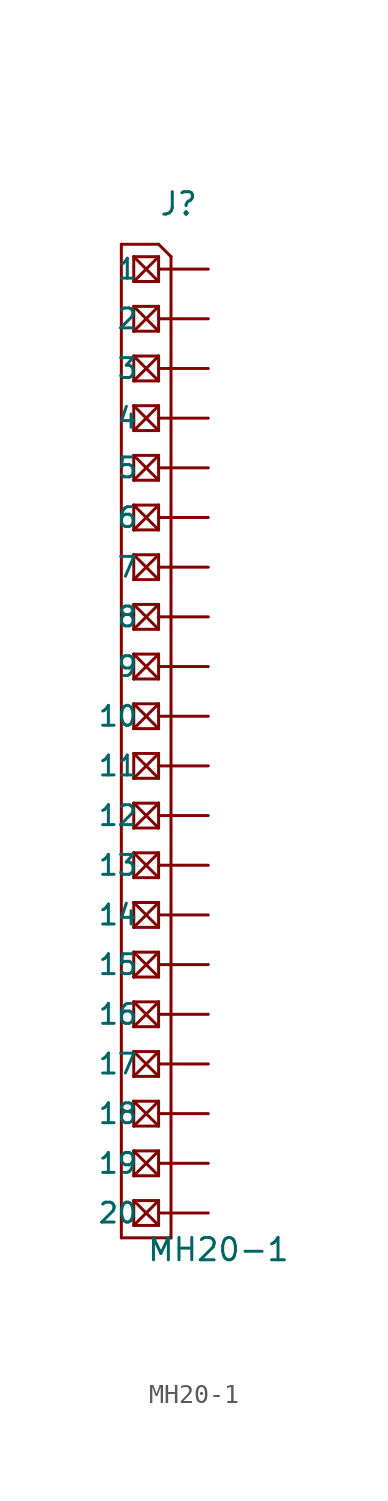
<source format=kicad_sym>
(kicad_symbol_lib
  (version 20211014)
  (generator kicad_symbol_editor)
  (symbol "MH20-1"
    (pin_numbers hide)
    (pin_names
      (offset 1.016))
    (property "Reference" "J"
      (at 0 28.067 0)
      (effects (font (size 1.143 1.143)) (justify left bottom)))
    (property "Value" "MH20-1"
      (at -0.635 -25.4 0)
      (effects (font (size 1.143 1.143)) (justify left bottom)))
    (property "ki_locked" ""
      (at 0 0 0)
      (effects (font (size 1.27 1.27))))
    (symbol "MH20-1_1_0"
      (polyline (pts (xy -1.905 26.67) (xy -1.905 -24.13)) (stroke (width 0) (type default) (color 0 0 0 0)) (fill (type none)))
      (polyline (pts (xy -1.905 26.67) (xy 0 26.67)) (stroke (width 0) (type default) (color 0 0 0 0)) (fill (type none)))
      (polyline (pts (xy -1.27 -23.495) (xy -1.27 -22.225)) (stroke (width 0) (type default) (color 0 0 0 0)) (fill (type none)))
      (polyline (pts (xy -1.27 -22.225) (xy 0 -23.495)) (stroke (width 0) (type default) (color 0 0 0 0)) (fill (type none)))
      (polyline (pts (xy -1.27 -22.225) (xy 0 -22.225)) (stroke (width 0) (type default) (color 0 0 0 0)) (fill (type none)))
      (polyline (pts (xy -1.27 -20.955) (xy -1.27 -19.685)) (stroke (width 0) (type default) (color 0 0 0 0)) (fill (type none)))
      (polyline (pts (xy -1.27 -19.685) (xy 0 -20.955)) (stroke (width 0) (type default) (color 0 0 0 0)) (fill (type none)))
      (polyline (pts (xy -1.27 -19.685) (xy 0 -19.685)) (stroke (width 0) (type default) (color 0 0 0 0)) (fill (type none)))
      (polyline (pts (xy -1.27 -18.415) (xy -1.27 -17.145)) (stroke (width 0) (type default) (color 0 0 0 0)) (fill (type none)))
      (polyline (pts (xy -1.27 -17.145) (xy 0 -18.415)) (stroke (width 0) (type default) (color 0 0 0 0)) (fill (type none)))
      (polyline (pts (xy -1.27 -17.145) (xy 0 -17.145)) (stroke (width 0) (type default) (color 0 0 0 0)) (fill (type none)))
      (polyline (pts (xy -1.27 -15.875) (xy -1.27 -14.605)) (stroke (width 0) (type default) (color 0 0 0 0)) (fill (type none)))
      (polyline (pts (xy -1.27 -14.605) (xy 0 -15.875)) (stroke (width 0) (type default) (color 0 0 0 0)) (fill (type none)))
      (polyline (pts (xy -1.27 -14.605) (xy 0 -14.605)) (stroke (width 0) (type default) (color 0 0 0 0)) (fill (type none)))
      (polyline (pts (xy -1.27 -13.335) (xy -1.27 -12.065)) (stroke (width 0) (type default) (color 0 0 0 0)) (fill (type none)))
      (polyline (pts (xy -1.27 -12.065) (xy 0 -13.335)) (stroke (width 0) (type default) (color 0 0 0 0)) (fill (type none)))
      (polyline (pts (xy -1.27 -12.065) (xy 0 -12.065)) (stroke (width 0) (type default) (color 0 0 0 0)) (fill (type none)))
      (polyline (pts (xy -1.27 -10.795) (xy -1.27 -9.525)) (stroke (width 0) (type default) (color 0 0 0 0)) (fill (type none)))
      (polyline (pts (xy -1.27 -9.525) (xy 0 -10.795)) (stroke (width 0) (type default) (color 0 0 0 0)) (fill (type none)))
      (polyline (pts (xy -1.27 -9.525) (xy 0 -9.525)) (stroke (width 0) (type default) (color 0 0 0 0)) (fill (type none)))
      (polyline (pts (xy -1.27 -8.255) (xy -1.27 -6.985)) (stroke (width 0) (type default) (color 0 0 0 0)) (fill (type none)))
      (polyline (pts (xy -1.27 -6.985) (xy 0 -8.255)) (stroke (width 0) (type default) (color 0 0 0 0)) (fill (type none)))
      (polyline (pts (xy -1.27 -6.985) (xy 0 -6.985)) (stroke (width 0) (type default) (color 0 0 0 0)) (fill (type none)))
      (polyline (pts (xy -1.27 -5.715) (xy -1.27 -4.445)) (stroke (width 0) (type default) (color 0 0 0 0)) (fill (type none)))
      (polyline (pts (xy -1.27 -4.445) (xy 0 -5.715)) (stroke (width 0) (type default) (color 0 0 0 0)) (fill (type none)))
      (polyline (pts (xy -1.27 -4.445) (xy 0 -4.445)) (stroke (width 0) (type default) (color 0 0 0 0)) (fill (type none)))
      (polyline (pts (xy -1.27 -3.175) (xy -1.27 -1.905)) (stroke (width 0) (type default) (color 0 0 0 0)) (fill (type none)))
      (polyline (pts (xy -1.27 -1.905) (xy 0 -3.175)) (stroke (width 0) (type default) (color 0 0 0 0)) (fill (type none)))
      (polyline (pts (xy -1.27 -1.905) (xy 0 -1.905)) (stroke (width 0) (type default) (color 0 0 0 0)) (fill (type none)))
      (polyline (pts (xy -1.27 -0.635) (xy -1.27 0.635)) (stroke (width 0) (type default) (color 0 0 0 0)) (fill (type none)))
      (polyline (pts (xy -1.27 0.635) (xy 0 -0.635)) (stroke (width 0) (type default) (color 0 0 0 0)) (fill (type none)))
      (polyline (pts (xy -1.27 0.635) (xy 0 0.635)) (stroke (width 0) (type default) (color 0 0 0 0)) (fill (type none)))
      (polyline (pts (xy -1.27 1.905) (xy -1.27 3.175)) (stroke (width 0) (type default) (color 0 0 0 0)) (fill (type none)))
      (polyline (pts (xy -1.27 3.175) (xy 0 1.905)) (stroke (width 0) (type default) (color 0 0 0 0)) (fill (type none)))
      (polyline (pts (xy -1.27 3.175) (xy 0 3.175)) (stroke (width 0) (type default) (color 0 0 0 0)) (fill (type none)))
      (polyline (pts (xy -1.27 4.445) (xy -1.27 5.715)) (stroke (width 0) (type default) (color 0 0 0 0)) (fill (type none)))
      (polyline (pts (xy -1.27 5.715) (xy 0 4.445)) (stroke (width 0) (type default) (color 0 0 0 0)) (fill (type none)))
      (polyline (pts (xy -1.27 5.715) (xy 0 5.715)) (stroke (width 0) (type default) (color 0 0 0 0)) (fill (type none)))
      (polyline (pts (xy -1.27 6.985) (xy -1.27 8.255)) (stroke (width 0) (type default) (color 0 0 0 0)) (fill (type none)))
      (polyline (pts (xy -1.27 8.255) (xy 0 6.985)) (stroke (width 0) (type default) (color 0 0 0 0)) (fill (type none)))
      (polyline (pts (xy -1.27 8.255) (xy 0 8.255)) (stroke (width 0) (type default) (color 0 0 0 0)) (fill (type none)))
      (polyline (pts (xy -1.27 9.525) (xy -1.27 10.795)) (stroke (width 0) (type default) (color 0 0 0 0)) (fill (type none)))
      (polyline (pts (xy -1.27 10.795) (xy 0 9.525)) (stroke (width 0) (type default) (color 0 0 0 0)) (fill (type none)))
      (polyline (pts (xy -1.27 10.795) (xy 0 10.795)) (stroke (width 0) (type default) (color 0 0 0 0)) (fill (type none)))
      (polyline (pts (xy -1.27 12.065) (xy -1.27 13.335)) (stroke (width 0) (type default) (color 0 0 0 0)) (fill (type none)))
      (polyline (pts (xy -1.27 13.335) (xy 0 12.065)) (stroke (width 0) (type default) (color 0 0 0 0)) (fill (type none)))
      (polyline (pts (xy -1.27 13.335) (xy 0 13.335)) (stroke (width 0) (type default) (color 0 0 0 0)) (fill (type none)))
      (polyline (pts (xy -1.27 14.605) (xy -1.27 15.875)) (stroke (width 0) (type default) (color 0 0 0 0)) (fill (type none)))
      (polyline (pts (xy -1.27 15.875) (xy 0 14.605)) (stroke (width 0) (type default) (color 0 0 0 0)) (fill (type none)))
      (polyline (pts (xy -1.27 15.875) (xy 0 15.875)) (stroke (width 0) (type default) (color 0 0 0 0)) (fill (type none)))
      (polyline (pts (xy -1.27 17.145) (xy -1.27 18.415)) (stroke (width 0) (type default) (color 0 0 0 0)) (fill (type none)))
      (polyline (pts (xy -1.27 18.415) (xy 0 17.145)) (stroke (width 0) (type default) (color 0 0 0 0)) (fill (type none)))
      (polyline (pts (xy -1.27 18.415) (xy 0 18.415)) (stroke (width 0) (type default) (color 0 0 0 0)) (fill (type none)))
      (polyline (pts (xy -1.27 19.685) (xy -1.27 20.955)) (stroke (width 0) (type default) (color 0 0 0 0)) (fill (type none)))
      (polyline (pts (xy -1.27 20.955) (xy 0 19.685)) (stroke (width 0) (type default) (color 0 0 0 0)) (fill (type none)))
      (polyline (pts (xy -1.27 20.955) (xy 0 20.955)) (stroke (width 0) (type default) (color 0 0 0 0)) (fill (type none)))
      (polyline (pts (xy -1.27 22.225) (xy -1.27 23.495)) (stroke (width 0) (type default) (color 0 0 0 0)) (fill (type none)))
      (polyline (pts (xy -1.27 23.495) (xy 0 22.225)) (stroke (width 0) (type default) (color 0 0 0 0)) (fill (type none)))
      (polyline (pts (xy -1.27 23.495) (xy 0 23.495)) (stroke (width 0) (type default) (color 0 0 0 0)) (fill (type none)))
      (polyline (pts (xy -1.27 24.765) (xy -1.27 26.035)) (stroke (width 0) (type default) (color 0 0 0 0)) (fill (type none)))
      (polyline (pts (xy -1.27 26.035) (xy 0 24.765)) (stroke (width 0) (type default) (color 0 0 0 0)) (fill (type none)))
      (polyline (pts (xy -1.27 26.035) (xy 0 26.035)) (stroke (width 0) (type default) (color 0 0 0 0)) (fill (type none)))
      (polyline (pts (xy 0 -23.495) (xy -1.27 -23.495)) (stroke (width 0) (type default) (color 0 0 0 0)) (fill (type none)))
      (polyline (pts (xy 0 -22.225) (xy -1.27 -23.495)) (stroke (width 0) (type default) (color 0 0 0 0)) (fill (type none)))
      (polyline (pts (xy 0 -22.225) (xy 0 -23.495)) (stroke (width 0) (type default) (color 0 0 0 0)) (fill (type none)))
      (polyline (pts (xy 0 -20.955) (xy -1.27 -20.955)) (stroke (width 0) (type default) (color 0 0 0 0)) (fill (type none)))
      (polyline (pts (xy 0 -19.685) (xy -1.27 -20.955)) (stroke (width 0) (type default) (color 0 0 0 0)) (fill (type none)))
      (polyline (pts (xy 0 -19.685) (xy 0 -20.955)) (stroke (width 0) (type default) (color 0 0 0 0)) (fill (type none)))
      (polyline (pts (xy 0 -18.415) (xy -1.27 -18.415)) (stroke (width 0) (type default) (color 0 0 0 0)) (fill (type none)))
      (polyline (pts (xy 0 -17.145) (xy -1.27 -18.415)) (stroke (width 0) (type default) (color 0 0 0 0)) (fill (type none)))
      (polyline (pts (xy 0 -17.145) (xy 0 -18.415)) (stroke (width 0) (type default) (color 0 0 0 0)) (fill (type none)))
      (polyline (pts (xy 0 -15.875) (xy -1.27 -15.875)) (stroke (width 0) (type default) (color 0 0 0 0)) (fill (type none)))
      (polyline (pts (xy 0 -14.605) (xy -1.27 -15.875)) (stroke (width 0) (type default) (color 0 0 0 0)) (fill (type none)))
      (polyline (pts (xy 0 -14.605) (xy 0 -15.875)) (stroke (width 0) (type default) (color 0 0 0 0)) (fill (type none)))
      (polyline (pts (xy 0 -13.335) (xy -1.27 -13.335)) (stroke (width 0) (type default) (color 0 0 0 0)) (fill (type none)))
      (polyline (pts (xy 0 -12.065) (xy -1.27 -13.335)) (stroke (width 0) (type default) (color 0 0 0 0)) (fill (type none)))
      (polyline (pts (xy 0 -12.065) (xy 0 -13.335)) (stroke (width 0) (type default) (color 0 0 0 0)) (fill (type none)))
      (polyline (pts (xy 0 -10.795) (xy -1.27 -10.795)) (stroke (width 0) (type default) (color 0 0 0 0)) (fill (type none)))
      (polyline (pts (xy 0 -9.525) (xy -1.27 -10.795)) (stroke (width 0) (type default) (color 0 0 0 0)) (fill (type none)))
      (polyline (pts (xy 0 -9.525) (xy 0 -10.795)) (stroke (width 0) (type default) (color 0 0 0 0)) (fill (type none)))
      (polyline (pts (xy 0 -8.255) (xy -1.27 -8.255)) (stroke (width 0) (type default) (color 0 0 0 0)) (fill (type none)))
      (polyline (pts (xy 0 -6.985) (xy -1.27 -8.255)) (stroke (width 0) (type default) (color 0 0 0 0)) (fill (type none)))
      (polyline (pts (xy 0 -6.985) (xy 0 -8.255)) (stroke (width 0) (type default) (color 0 0 0 0)) (fill (type none)))
      (polyline (pts (xy 0 -5.715) (xy -1.27 -5.715)) (stroke (width 0) (type default) (color 0 0 0 0)) (fill (type none)))
      (polyline (pts (xy 0 -4.445) (xy -1.27 -5.715)) (stroke (width 0) (type default) (color 0 0 0 0)) (fill (type none)))
      (polyline (pts (xy 0 -4.445) (xy 0 -5.715)) (stroke (width 0) (type default) (color 0 0 0 0)) (fill (type none)))
      (polyline (pts (xy 0 -3.175) (xy -1.27 -3.175)) (stroke (width 0) (type default) (color 0 0 0 0)) (fill (type none)))
      (polyline (pts (xy 0 -1.905) (xy -1.27 -3.175)) (stroke (width 0) (type default) (color 0 0 0 0)) (fill (type none)))
      (polyline (pts (xy 0 -1.905) (xy 0 -3.175)) (stroke (width 0) (type default) (color 0 0 0 0)) (fill (type none)))
      (polyline (pts (xy 0 -0.635) (xy -1.27 -0.635)) (stroke (width 0) (type default) (color 0 0 0 0)) (fill (type none)))
      (polyline (pts (xy 0 0.635) (xy -1.27 -0.635)) (stroke (width 0) (type default) (color 0 0 0 0)) (fill (type none)))
      (polyline (pts (xy 0 0.635) (xy 0 -0.635)) (stroke (width 0) (type default) (color 0 0 0 0)) (fill (type none)))
      (polyline (pts (xy 0 1.905) (xy -1.27 1.905)) (stroke (width 0) (type default) (color 0 0 0 0)) (fill (type none)))
      (polyline (pts (xy 0 3.175) (xy -1.27 1.905)) (stroke (width 0) (type default) (color 0 0 0 0)) (fill (type none)))
      (polyline (pts (xy 0 3.175) (xy 0 1.905)) (stroke (width 0) (type default) (color 0 0 0 0)) (fill (type none)))
      (polyline (pts (xy 0 4.445) (xy -1.27 4.445)) (stroke (width 0) (type default) (color 0 0 0 0)) (fill (type none)))
      (polyline (pts (xy 0 5.715) (xy -1.27 4.445)) (stroke (width 0) (type default) (color 0 0 0 0)) (fill (type none)))
      (polyline (pts (xy 0 5.715) (xy 0 4.445)) (stroke (width 0) (type default) (color 0 0 0 0)) (fill (type none)))
      (polyline (pts (xy 0 6.985) (xy -1.27 6.985)) (stroke (width 0) (type default) (color 0 0 0 0)) (fill (type none)))
      (polyline (pts (xy 0 8.255) (xy -1.27 6.985)) (stroke (width 0) (type default) (color 0 0 0 0)) (fill (type none)))
      (polyline (pts (xy 0 8.255) (xy 0 6.985)) (stroke (width 0) (type default) (color 0 0 0 0)) (fill (type none)))
      (polyline (pts (xy 0 9.525) (xy -1.27 9.525)) (stroke (width 0) (type default) (color 0 0 0 0)) (fill (type none)))
      (polyline (pts (xy 0 10.795) (xy -1.27 9.525)) (stroke (width 0) (type default) (color 0 0 0 0)) (fill (type none)))
      (polyline (pts (xy 0 10.795) (xy 0 9.525)) (stroke (width 0) (type default) (color 0 0 0 0)) (fill (type none)))
      (polyline (pts (xy 0 12.065) (xy -1.27 12.065)) (stroke (width 0) (type default) (color 0 0 0 0)) (fill (type none)))
      (polyline (pts (xy 0 13.335) (xy -1.27 12.065)) (stroke (width 0) (type default) (color 0 0 0 0)) (fill (type none)))
      (polyline (pts (xy 0 13.335) (xy 0 12.065)) (stroke (width 0) (type default) (color 0 0 0 0)) (fill (type none)))
      (polyline (pts (xy 0 14.605) (xy -1.27 14.605)) (stroke (width 0) (type default) (color 0 0 0 0)) (fill (type none)))
      (polyline (pts (xy 0 15.875) (xy -1.27 14.605)) (stroke (width 0) (type default) (color 0 0 0 0)) (fill (type none)))
      (polyline (pts (xy 0 15.875) (xy 0 14.605)) (stroke (width 0) (type default) (color 0 0 0 0)) (fill (type none)))
      (polyline (pts (xy 0 17.145) (xy -1.27 17.145)) (stroke (width 0) (type default) (color 0 0 0 0)) (fill (type none)))
      (polyline (pts (xy 0 18.415) (xy -1.27 17.145)) (stroke (width 0) (type default) (color 0 0 0 0)) (fill (type none)))
      (polyline (pts (xy 0 18.415) (xy 0 17.145)) (stroke (width 0) (type default) (color 0 0 0 0)) (fill (type none)))
      (polyline (pts (xy 0 19.685) (xy -1.27 19.685)) (stroke (width 0) (type default) (color 0 0 0 0)) (fill (type none)))
      (polyline (pts (xy 0 20.955) (xy -1.27 19.685)) (stroke (width 0) (type default) (color 0 0 0 0)) (fill (type none)))
      (polyline (pts (xy 0 20.955) (xy 0 19.685)) (stroke (width 0) (type default) (color 0 0 0 0)) (fill (type none)))
      (polyline (pts (xy 0 22.225) (xy -1.27 22.225)) (stroke (width 0) (type default) (color 0 0 0 0)) (fill (type none)))
      (polyline (pts (xy 0 23.495) (xy -1.27 22.225)) (stroke (width 0) (type default) (color 0 0 0 0)) (fill (type none)))
      (polyline (pts (xy 0 23.495) (xy 0 22.225)) (stroke (width 0) (type default) (color 0 0 0 0)) (fill (type none)))
      (polyline (pts (xy 0 24.765) (xy -1.27 24.765)) (stroke (width 0) (type default) (color 0 0 0 0)) (fill (type none)))
      (polyline (pts (xy 0 26.035) (xy -1.27 24.765)) (stroke (width 0) (type default) (color 0 0 0 0)) (fill (type none)))
      (polyline (pts (xy 0 26.035) (xy 0 24.765)) (stroke (width 0) (type default) (color 0 0 0 0)) (fill (type none)))
      (polyline (pts (xy 0 26.67) (xy 0.635 26.035)) (stroke (width 0) (type default) (color 0 0 0 0)) (fill (type none)))
      (polyline (pts (xy 0.635 -24.13) (xy -1.905 -24.13)) (stroke (width 0) (type default) (color 0 0 0 0)) (fill (type none)))
      (polyline (pts (xy 0.635 -24.13) (xy 0.635 26.035)) (stroke (width 0) (type default) (color 0 0 0 0)) (fill (type none))))
    (symbol "MH20-1_1_1"
      (pin passive line (at 2.54 25.4 180) (length 2.54) (name "1" (effects (font (size 1.016 1.016)))) (number "1" (effects (font (size 1.016 1.016)))))
      (pin passive line (at 2.54 2.54 180) (length 2.54) (name "10" (effects (font (size 1.016 1.016)))) (number "10" (effects (font (size 1.016 1.016)))))
      (pin passive line (at 2.54 0 180) (length 2.54) (name "11" (effects (font (size 1.016 1.016)))) (number "11" (effects (font (size 1.016 1.016)))))
      (pin passive line (at 2.54 -2.54 180) (length 2.54) (name "12" (effects (font (size 1.016 1.016)))) (number "12" (effects (font (size 1.016 1.016)))))
      (pin passive line (at 2.54 -5.08 180) (length 2.54) (name "13" (effects (font (size 1.016 1.016)))) (number "13" (effects (font (size 1.016 1.016)))))
      (pin passive line (at 2.54 -7.62 180) (length 2.54) (name "14" (effects (font (size 1.016 1.016)))) (number "14" (effects (font (size 1.016 1.016)))))
      (pin passive line (at 2.54 -10.16 180) (length 2.54) (name "15" (effects (font (size 1.016 1.016)))) (number "15" (effects (font (size 1.016 1.016)))))
      (pin passive line (at 2.54 -12.7 180) (length 2.54) (name "16" (effects (font (size 1.016 1.016)))) (number "16" (effects (font (size 1.016 1.016)))))
      (pin passive line (at 2.54 -15.24 180) (length 2.54) (name "17" (effects (font (size 1.016 1.016)))) (number "17" (effects (font (size 1.016 1.016)))))
      (pin passive line (at 2.54 -17.78 180) (length 2.54) (name "18" (effects (font (size 1.016 1.016)))) (number "18" (effects (font (size 1.016 1.016)))))
      (pin passive line (at 2.54 -20.32 180) (length 2.54) (name "19" (effects (font (size 1.016 1.016)))) (number "19" (effects (font (size 1.016 1.016)))))
      (pin passive line (at 2.54 22.86 180) (length 2.54) (name "2" (effects (font (size 1.016 1.016)))) (number "2" (effects (font (size 1.016 1.016)))))
      (pin passive line (at 2.54 -22.86 180) (length 2.54) (name "20" (effects (font (size 1.016 1.016)))) (number "20" (effects (font (size 1.016 1.016)))))
      (pin passive line (at 2.54 20.32 180) (length 2.54) (name "3" (effects (font (size 1.016 1.016)))) (number "3" (effects (font (size 1.016 1.016)))))
      (pin passive line (at 2.54 17.78 180) (length 2.54) (name "4" (effects (font (size 1.016 1.016)))) (number "4" (effects (font (size 1.016 1.016)))))
      (pin passive line (at 2.54 15.24 180) (length 2.54) (name "5" (effects (font (size 1.016 1.016)))) (number "5" (effects (font (size 1.016 1.016)))))
      (pin passive line (at 2.54 12.7 180) (length 2.54) (name "6" (effects (font (size 1.016 1.016)))) (number "6" (effects (font (size 1.016 1.016)))))
      (pin passive line (at 2.54 10.16 180) (length 2.54) (name "7" (effects (font (size 1.016 1.016)))) (number "7" (effects (font (size 1.016 1.016)))))
      (pin passive line (at 2.54 7.62 180) (length 2.54) (name "8" (effects (font (size 1.016 1.016)))) (number "8" (effects (font (size 1.016 1.016)))))
      (pin passive line (at 2.54 5.08 180) (length 2.54) (name "9" (effects (font (size 1.016 1.016)))) (number "9" (effects (font (size 1.016 1.016))))))))
</source>
